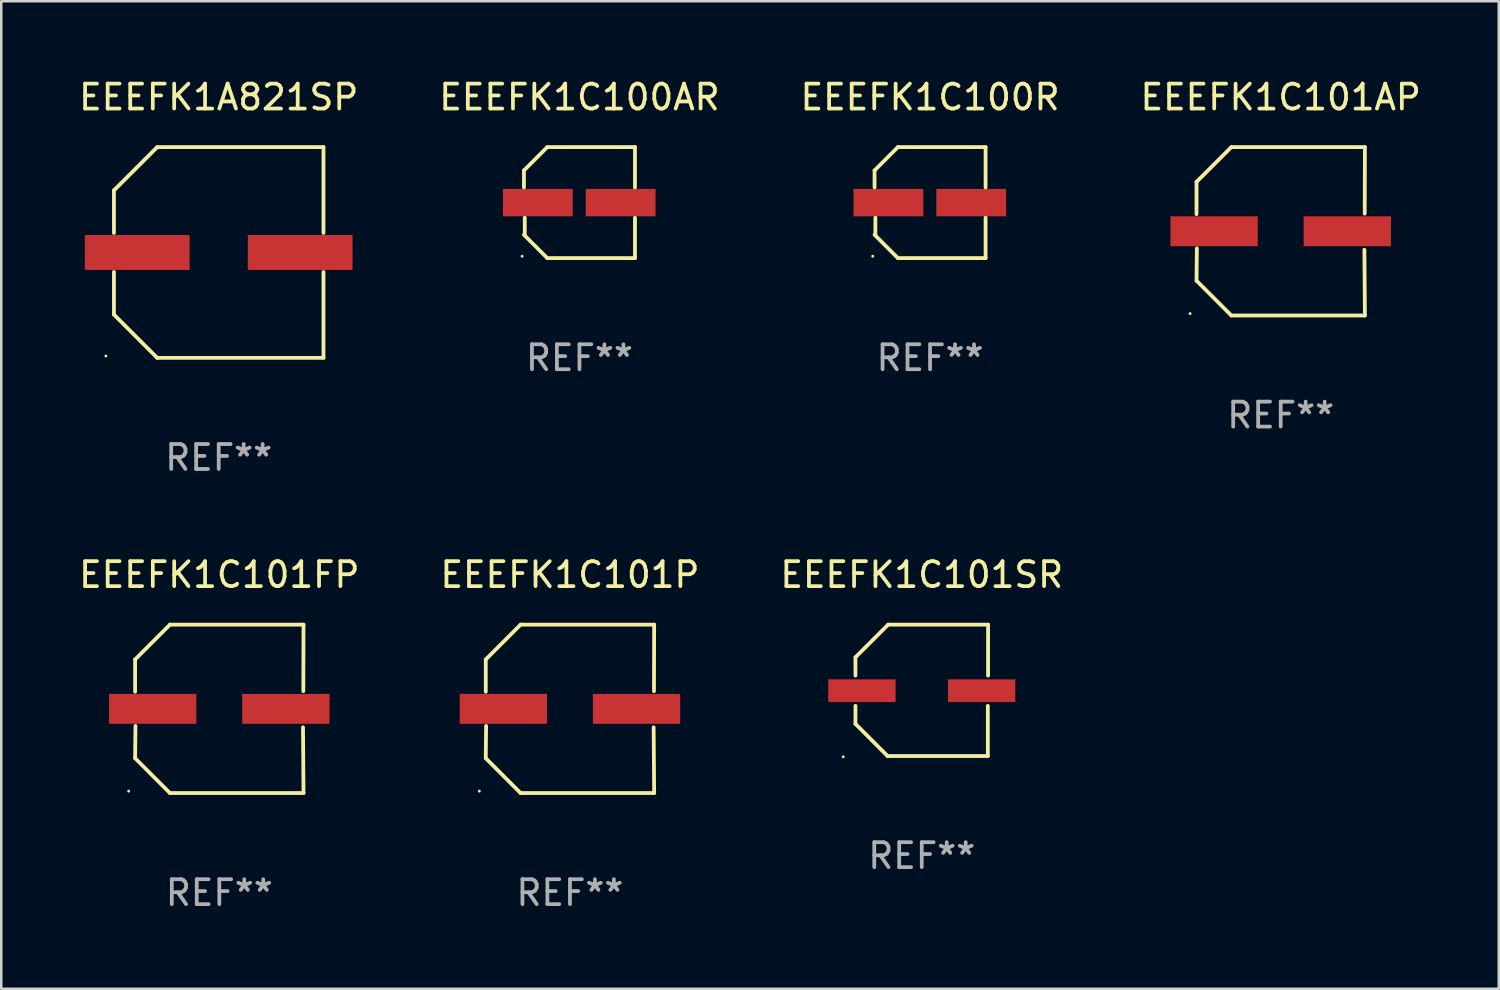
<source format=kicad_pcb>
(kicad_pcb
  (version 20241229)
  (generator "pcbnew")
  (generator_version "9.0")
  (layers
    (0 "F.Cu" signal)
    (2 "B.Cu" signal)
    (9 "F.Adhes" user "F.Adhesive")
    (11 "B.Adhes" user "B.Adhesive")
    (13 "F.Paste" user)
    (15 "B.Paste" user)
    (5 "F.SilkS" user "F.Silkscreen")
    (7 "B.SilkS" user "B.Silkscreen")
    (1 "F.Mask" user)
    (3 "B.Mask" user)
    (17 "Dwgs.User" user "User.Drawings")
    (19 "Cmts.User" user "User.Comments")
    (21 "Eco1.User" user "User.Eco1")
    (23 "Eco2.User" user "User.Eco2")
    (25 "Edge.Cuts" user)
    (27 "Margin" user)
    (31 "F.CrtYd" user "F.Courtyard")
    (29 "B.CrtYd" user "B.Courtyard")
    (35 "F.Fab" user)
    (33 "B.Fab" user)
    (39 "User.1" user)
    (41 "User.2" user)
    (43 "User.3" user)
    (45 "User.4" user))
  (footprint "EEEFK1C100AR"
    (layer "F.Cu")
    (at 20.185 5.074)
    (property "Reference" "EEEFK1C100AR" (at 0 -4.226 0) (layer "F.SilkS") (effects (font (size 1 1) (thickness 0.15))))
    (attr through_hole)
    (fp_line (start -2.226 -1.29) (end -2.226 -0.607) (stroke (width 0.152) (type solid)) (layer "F.SilkS"))
    (fp_line (start -2.193 1.29) (end -2.193 0.607) (stroke (width 0.152) (type solid)) (layer "F.SilkS"))
    (fp_line (start -1.29 2.226) (end -2.226 1.29) (stroke (width 0.152) (type solid)) (layer "F.SilkS"))
    (fp_line (start -1.29 -2.226) (end -2.226 -1.29) (stroke (width 0.152) (type solid)) (layer "F.SilkS"))
    (fp_line (start 2.226 -2.226) (end -1.29 -2.226) (stroke (width 0.152) (type solid)) (layer "F.SilkS"))
    (fp_line (start 2.226 -0.607) (end 2.226 -2.226) (stroke (width 0.152) (type solid)) (layer "F.SilkS"))
    (fp_line (start 2.226 0.607) (end 2.226 2.226) (stroke (width 0.152) (type solid)) (layer "F.SilkS"))
    (fp_line (start 2.226 2.226) (end -1.29 2.226) (stroke (width 0.152) (type solid)) (layer "F.SilkS"))
    (fp_circle (center -2.3 2.15) (end -2.27 2.15) (stroke (width 0.06) (type solid)) (fill no) (layer "F.SilkS"))
    (fp_text user "REF**" (at 0 6.226 0) (layer "F.Fab") (effects (font (size 1 1) (thickness 0.15))))
    (pad "1" smd rect (at -1.67 -0.000025) (size 2.8 1.1) (layers "F.Cu" "F.Mask" "F.Paste"))
    (pad "2" smd rect (at 1.651 -0.000025) (size 2.8 1.1) (layers "F.Cu" "F.Mask" "F.Paste")))
  (footprint "EEEFK1C100R"
    (layer "F.Cu")
    (at 34.244 5.074)
    (property "Reference" "EEEFK1C100R" (at 0 -4.226 0) (layer "F.SilkS") (effects (font (size 1 1) (thickness 0.15))))
    (attr through_hole)
    (fp_line (start -2.226 -1.29) (end -2.226 -0.607) (stroke (width 0.152) (type solid)) (layer "F.SilkS"))
    (fp_line (start -2.193 1.29) (end -2.193 0.607) (stroke (width 0.152) (type solid)) (layer "F.SilkS"))
    (fp_line (start -1.29 2.226) (end -2.226 1.29) (stroke (width 0.152) (type solid)) (layer "F.SilkS"))
    (fp_line (start -1.29 -2.226) (end -2.226 -1.29) (stroke (width 0.152) (type solid)) (layer "F.SilkS"))
    (fp_line (start 2.226 -2.226) (end -1.29 -2.226) (stroke (width 0.152) (type solid)) (layer "F.SilkS"))
    (fp_line (start 2.226 -0.607) (end 2.226 -2.226) (stroke (width 0.152) (type solid)) (layer "F.SilkS"))
    (fp_line (start 2.226 0.607) (end 2.226 2.226) (stroke (width 0.152) (type solid)) (layer "F.SilkS"))
    (fp_line (start 2.226 2.226) (end -1.29 2.226) (stroke (width 0.152) (type solid)) (layer "F.SilkS"))
    (fp_circle (center -2.3 2.15) (end -2.27 2.15) (stroke (width 0.06) (type solid)) (fill no) (layer "F.SilkS"))
    (fp_text user "REF**" (at 0 6.226 0) (layer "F.Fab") (effects (font (size 1 1) (thickness 0.15))))
    (pad "1" smd rect (at -1.67 -0.000025) (size 2.8 1.1) (layers "F.Cu" "F.Mask" "F.Paste"))
    (pad "2" smd rect (at 1.651 -0.000025) (size 2.8 1.1) (layers "F.Cu" "F.Mask" "F.Paste")))
  (footprint "EEEFK1C101P"
    (layer "F.Cu")
    (at 19.804 25.373)
    (property "Reference" "EEEFK1C101P" (at 0 -5.376 0) (layer "F.SilkS") (effects (font (size 1 1) (thickness 0.15))))
    (attr through_hole)
    (fp_line (start -3.376 -1.98) (end -3.376 -0.686) (stroke (width 0.152) (type solid)) (layer "F.SilkS"))
    (fp_line (start -3.376 1.981) (end -3.362 0.686) (stroke (width 0.152) (type solid)) (layer "F.SilkS"))
    (fp_line (start -1.981 3.376) (end -3.376 1.981) (stroke (width 0.152) (type solid)) (layer "F.SilkS"))
    (fp_line (start -1.98 -3.376) (end -3.376 -1.98) (stroke (width 0.152) (type solid)) (layer "F.SilkS"))
    (fp_line (start 3.356 0.74) (end 3.376 3.376) (stroke (width 0.152) (type solid)) (layer "F.SilkS"))
    (fp_line (start 3.369 -0.707) (end 3.376 -3.376) (stroke (width 0.152) (type solid)) (layer "F.SilkS"))
    (fp_line (start 3.376 3.376) (end -1.981 3.376) (stroke (width 0.152) (type solid)) (layer "F.SilkS"))
    (fp_line (start 3.376 -3.376) (end -1.98 -3.376) (stroke (width 0.152) (type solid)) (layer "F.SilkS"))
    (fp_circle (center -3.634 3.3) (end -3.604 3.3) (stroke (width 0.06) (type solid)) (fill no) (layer "F.SilkS"))
    (fp_text user "REF**" (at 0 7.376 0) (layer "F.Fab") (effects (font (size 1 1) (thickness 0.15))))
    (pad "1" smd rect (at -2.67 0.000254) (size 3.5 1.2) (layers "F.Cu" "F.Mask" "F.Paste"))
    (pad "2" smd rect (at 2.67 0.000254) (size 3.5 1.2) (layers "F.Cu" "F.Mask" "F.Paste")))
  (footprint "EEEFK1A821SP"
    (layer "F.Cu")
    (at 5.72 7.074)
    (property "Reference" "EEEFK1A821SP" (at 0 -6.226 0) (layer "F.SilkS") (effects (font (size 1 1) (thickness 0.15))))
    (attr through_hole)
    (fp_line (start -4.201 -2.49) (end -4.201 -0.782) (stroke (width 0.152) (type solid)) (layer "F.SilkS"))
    (fp_line (start -4.201 2.49) (end -4.201 0.782) (stroke (width 0.152) (type solid)) (layer "F.SilkS"))
    (fp_line (start -2.465 -4.226) (end -4.201 -2.49) (stroke (width 0.152) (type solid)) (layer "F.SilkS"))
    (fp_line (start -2.465 4.226) (end -4.201 2.49) (stroke (width 0.152) (type solid)) (layer "F.SilkS"))
    (fp_line (start 4.201 -4.226) (end -2.465 -4.226) (stroke (width 0.152) (type solid)) (layer "F.SilkS"))
    (fp_line (start 4.201 -0.782) (end 4.201 -4.226) (stroke (width 0.152) (type solid)) (layer "F.SilkS"))
    (fp_line (start 4.201 0.782) (end 4.201 4.226) (stroke (width 0.152) (type solid)) (layer "F.SilkS"))
    (fp_line (start 4.201 4.226) (end -2.465 4.226) (stroke (width 0.152) (type solid)) (layer "F.SilkS"))
    (fp_circle (center -4.524 4.15) (end -4.494 4.15) (stroke (width 0.06) (type solid)) (fill no) (layer "F.SilkS"))
    (fp_text user "REF**" (at 0 8.226 0) (layer "F.Fab") (effects (font (size 1 1) (thickness 0.15))))
    (pad "1" smd rect (at -3.267 0) (size 4.2 1.4) (layers "F.Cu" "F.Mask" "F.Paste"))
    (pad "2" smd rect (at 3.267 0) (size 4.2 1.4) (layers "F.Cu" "F.Mask" "F.Paste")))
  (footprint "EEEFK1C101FP"
    (layer "F.Cu")
    (at 5.744 25.373)
    (property "Reference" "EEEFK1C101FP" (at 0 -5.376 0) (layer "F.SilkS") (effects (font (size 1 1) (thickness 0.15))))
    (attr through_hole)
    (fp_line (start -3.376 -1.98) (end -3.376 -0.686) (stroke (width 0.152) (type solid)) (layer "F.SilkS"))
    (fp_line (start -3.376 1.981) (end -3.362 0.686) (stroke (width 0.152) (type solid)) (layer "F.SilkS"))
    (fp_line (start -1.981 3.376) (end -3.376 1.981) (stroke (width 0.152) (type solid)) (layer "F.SilkS"))
    (fp_line (start -1.98 -3.376) (end -3.376 -1.98) (stroke (width 0.152) (type solid)) (layer "F.SilkS"))
    (fp_line (start 3.356 0.74) (end 3.376 3.376) (stroke (width 0.152) (type solid)) (layer "F.SilkS"))
    (fp_line (start 3.369 -0.707) (end 3.376 -3.376) (stroke (width 0.152) (type solid)) (layer "F.SilkS"))
    (fp_line (start 3.376 3.376) (end -1.981 3.376) (stroke (width 0.152) (type solid)) (layer "F.SilkS"))
    (fp_line (start 3.376 -3.376) (end -1.98 -3.376) (stroke (width 0.152) (type solid)) (layer "F.SilkS"))
    (fp_circle (center -3.634 3.3) (end -3.604 3.3) (stroke (width 0.06) (type solid)) (fill no) (layer "F.SilkS"))
    (fp_text user "REF**" (at 0 7.376 0) (layer "F.Fab") (effects (font (size 1 1) (thickness 0.15))))
    (pad "1" smd rect (at -2.67 0.000254) (size 3.5 1.2) (layers "F.Cu" "F.Mask" "F.Paste"))
    (pad "2" smd rect (at 2.67 0.000254) (size 3.5 1.2) (layers "F.Cu" "F.Mask" "F.Paste")))
  (footprint "EEEFK1C101AP"
    (layer "F.Cu")
    (at 48.304 6.224)
    (property "Reference" "EEEFK1C101AP" (at 0 -5.376 0) (layer "F.SilkS") (effects (font (size 1 1) (thickness 0.15))))
    (attr through_hole)
    (fp_line (start -3.376 -1.98) (end -3.376 -0.686) (stroke (width 0.152) (type solid)) (layer "F.SilkS"))
    (fp_line (start -3.376 1.981) (end -3.362 0.686) (stroke (width 0.152) (type solid)) (layer "F.SilkS"))
    (fp_line (start -1.981 3.376) (end -3.376 1.981) (stroke (width 0.152) (type solid)) (layer "F.SilkS"))
    (fp_line (start -1.98 -3.376) (end -3.376 -1.98) (stroke (width 0.152) (type solid)) (layer "F.SilkS"))
    (fp_line (start 3.356 0.74) (end 3.376 3.376) (stroke (width 0.152) (type solid)) (layer "F.SilkS"))
    (fp_line (start 3.369 -0.707) (end 3.376 -3.376) (stroke (width 0.152) (type solid)) (layer "F.SilkS"))
    (fp_line (start 3.376 3.376) (end -1.981 3.376) (stroke (width 0.152) (type solid)) (layer "F.SilkS"))
    (fp_line (start 3.376 -3.376) (end -1.98 -3.376) (stroke (width 0.152) (type solid)) (layer "F.SilkS"))
    (fp_circle (center -3.634 3.3) (end -3.604 3.3) (stroke (width 0.06) (type solid)) (fill no) (layer "F.SilkS"))
    (fp_text user "REF**" (at 0 7.376 0) (layer "F.Fab") (effects (font (size 1 1) (thickness 0.15))))
    (pad "1" smd rect (at -2.67 0.000254) (size 3.5 1.2) (layers "F.Cu" "F.Mask" "F.Paste"))
    (pad "2" smd rect (at 2.67 0.000254) (size 3.5 1.2) (layers "F.Cu" "F.Mask" "F.Paste")))
  (footprint "EEEFK1C101SR"
    (layer "F.Cu")
    (at 33.911 24.631)
    (property "Reference" "EEEFK1C101SR" (at 0 -4.634 0) (layer "F.SilkS") (effects (font (size 1 1) (thickness 0.15))))
    (attr through_hole)
    (fp_line (start -2.659 -1.326) (end -2.659 -0.592) (stroke (width 0.152) (type solid)) (layer "F.SilkS"))
    (fp_line (start -2.659 1.346) (end -2.659 0.622) (stroke (width 0.152) (type solid)) (layer "F.SilkS"))
    (fp_line (start -1.372 2.634) (end -2.659 1.346) (stroke (width 0.152) (type solid)) (layer "F.SilkS"))
    (fp_line (start -1.349 -2.634) (end -2.659 -1.326) (stroke (width 0.152) (type solid)) (layer "F.SilkS"))
    (fp_line (start 2.649 0.622) (end 2.649 2.634) (stroke (width 0.152) (type solid)) (layer "F.SilkS"))
    (fp_line (start 2.649 2.634) (end -1.372 2.634) (stroke (width 0.152) (type solid)) (layer "F.SilkS"))
    (fp_line (start 2.659 -2.634) (end -1.349 -2.634) (stroke (width 0.152) (type solid)) (layer "F.SilkS"))
    (fp_line (start 2.659 -0.592) (end 2.659 -2.634) (stroke (width 0.152) (type solid)) (layer "F.SilkS"))
    (fp_circle (center -3.15 2.665) (end -3.12 2.665) (stroke (width 0.06) (type solid)) (fill no) (layer "F.SilkS"))
    (fp_text user "REF**" (at 0 6.634 0) (layer "F.Fab") (effects (font (size 1 1) (thickness 0.15))))
    (pad "1" smd rect (at -2.4 0.015) (size 2.7 0.91) (layers "F.Cu" "F.Mask" "F.Paste"))
    (pad "2" smd rect (at 2.4 0.015) (size 2.7 0.91) (layers "F.Cu" "F.Mask" "F.Paste")))
  (gr_rect
    (start -3 -3)
    (end 57.048 36.597)
    (stroke (width 0.1) (type default))
    (fill no)
    (layer "Edge.Cuts")))
</source>
